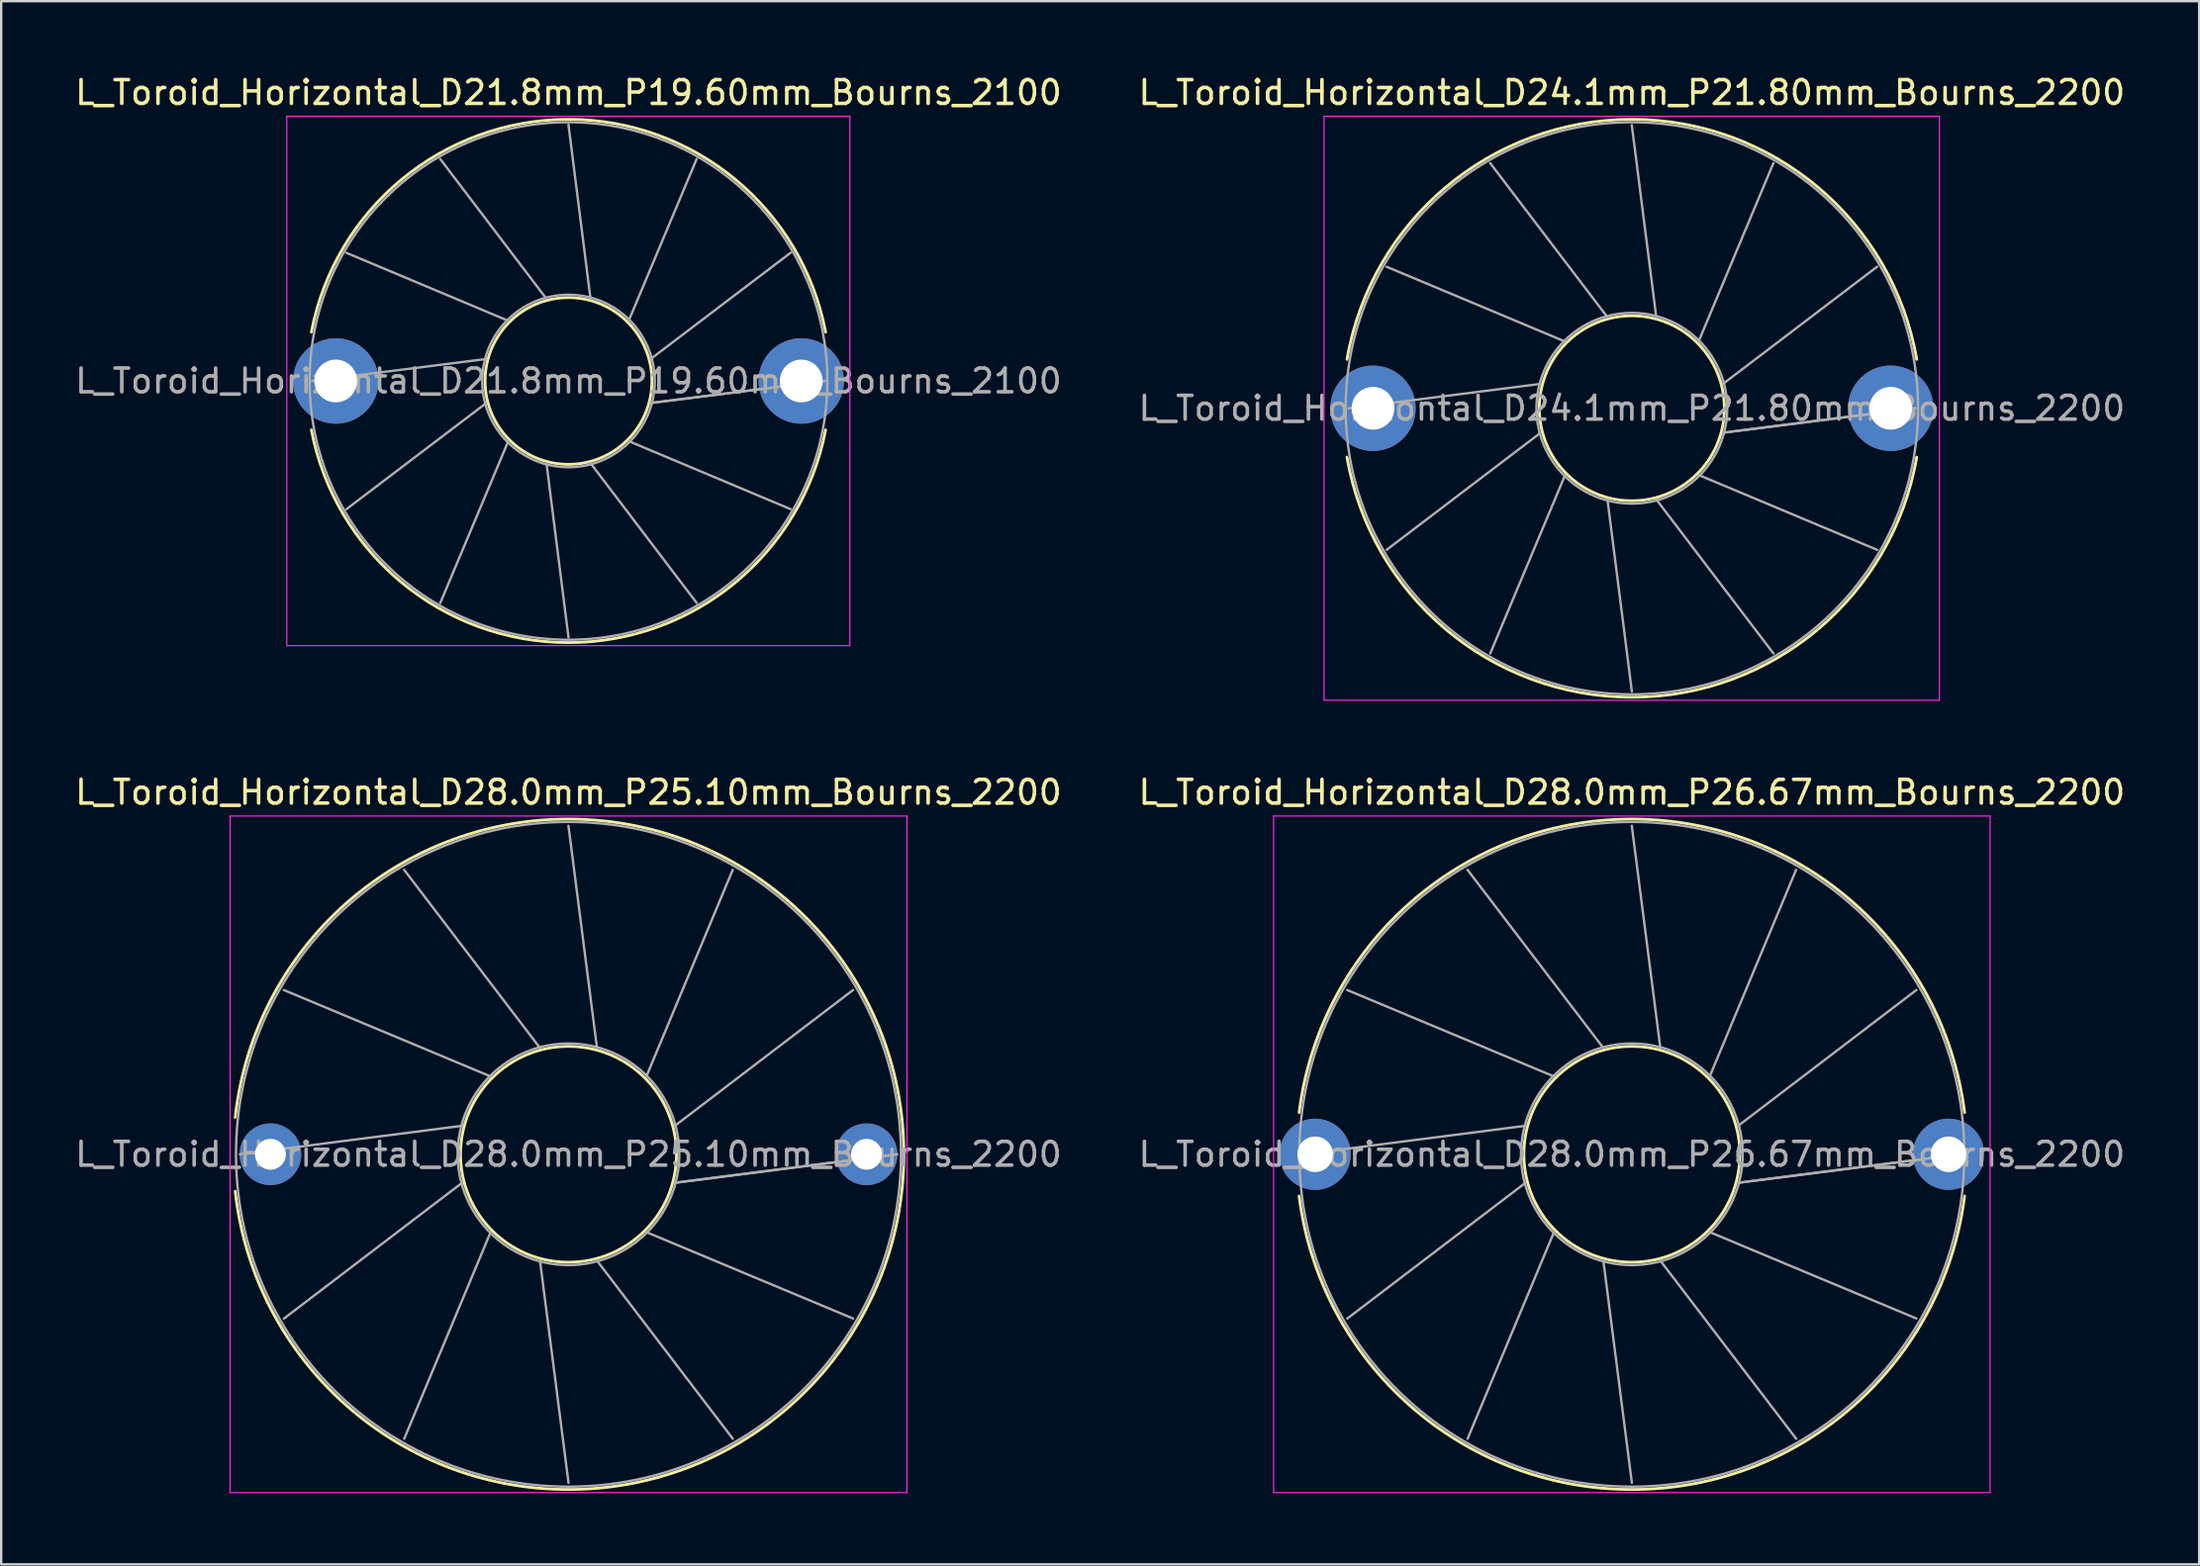
<source format=kicad_pcb>
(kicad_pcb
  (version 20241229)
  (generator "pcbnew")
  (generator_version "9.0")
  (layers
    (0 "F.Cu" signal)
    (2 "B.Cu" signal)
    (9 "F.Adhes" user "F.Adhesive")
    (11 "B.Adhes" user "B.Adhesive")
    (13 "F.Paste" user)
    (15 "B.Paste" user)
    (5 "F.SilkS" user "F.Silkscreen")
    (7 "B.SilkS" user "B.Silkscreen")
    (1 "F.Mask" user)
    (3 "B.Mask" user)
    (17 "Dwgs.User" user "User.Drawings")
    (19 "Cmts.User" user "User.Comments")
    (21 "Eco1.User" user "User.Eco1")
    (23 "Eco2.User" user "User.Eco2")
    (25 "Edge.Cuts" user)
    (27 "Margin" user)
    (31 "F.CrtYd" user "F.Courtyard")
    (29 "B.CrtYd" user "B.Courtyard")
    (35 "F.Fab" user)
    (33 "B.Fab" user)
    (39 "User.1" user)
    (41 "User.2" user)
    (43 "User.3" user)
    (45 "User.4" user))
  (footprint "L_Toroid_Horizontal_D28.0mm_P26.67mm_Bourns_2200"
    (layer "F.Cu")
    (at 52.326 45.572)
    (property "Reference" "L_Toroid_Horizontal_D28.0mm_P26.67mm_Bourns_2200" (at 13.335 -15.25 0) (layer "F.SilkS") (effects (font (size 1 1) (thickness 0.15))))
    (attr through_hole)
    (fp_arc (start -0.674882 -1.76) (mid 13.335 -14.12) (end 27.344882 -1.76) (stroke (width 0.12) (type solid)) (layer "F.SilkS"))
    (fp_arc (start 27.344882 1.76) (mid 13.335 14.12) (end -0.674882 1.76) (stroke (width 0.12) (type solid)) (layer "F.SilkS"))
    (fp_circle (center 13.335 0) (end 17.882 0) (stroke (width 0.12) (type solid)) (fill no) (layer "F.SilkS"))
    (fp_line (start -1.75 -14.25) (end -1.75 14.25) (stroke (width 0.05) (type solid)) (layer "F.CrtYd"))
    (fp_line (start -1.75 14.25) (end 28.42 14.25) (stroke (width 0.05) (type solid)) (layer "F.CrtYd"))
    (fp_line (start 28.42 -14.25) (end -1.75 -14.25) (stroke (width 0.05) (type solid)) (layer "F.CrtYd"))
    (fp_line (start 28.42 14.25) (end 28.42 -14.25) (stroke (width 0.05) (type solid)) (layer "F.CrtYd"))
    (fp_line (start -0.503 0.001) (end 8.855 -1.2) (stroke (width 0.1) (type solid)) (layer "F.Fab"))
    (fp_line (start 1.351 -6.918) (end 10.055 -3.279) (stroke (width 0.1) (type solid)) (layer "F.Fab"))
    (fp_line (start 1.352 6.92) (end 8.856 1.201) (stroke (width 0.1) (type solid)) (layer "F.Fab"))
    (fp_line (start 6.415 -11.983) (end 12.134 -4.479) (stroke (width 0.1) (type solid)) (layer "F.Fab"))
    (fp_line (start 6.417 11.984) (end 10.056 3.28) (stroke (width 0.1) (type solid)) (layer "F.Fab"))
    (fp_line (start 13.333 -13.838) (end 14.535 -4.48) (stroke (width 0.1) (type solid)) (layer "F.Fab"))
    (fp_line (start 13.336 13.838) (end 12.135 4.48) (stroke (width 0.1) (type solid)) (layer "F.Fab"))
    (fp_line (start 20.252 -11.985) (end 16.614 -3.28) (stroke (width 0.1) (type solid)) (layer "F.Fab"))
    (fp_line (start 20.254 11.983) (end 14.535 4.48) (stroke (width 0.1) (type solid)) (layer "F.Fab"))
    (fp_line (start 25.318 -6.921) (end 17.814 -1.201) (stroke (width 0.1) (type solid)) (layer "F.Fab"))
    (fp_line (start 25.319 6.919) (end 16.614 3.279) (stroke (width 0.1) (type solid)) (layer "F.Fab"))
    (fp_line (start 27.173 -0.003) (end 17.815 1.199) (stroke (width 0.1) (type solid)) (layer "F.Fab"))
    (fp_line (start 27.173 0) (end 17.815 1.2) (stroke (width 0.1) (type solid)) (layer "F.Fab"))
    (fp_circle (center 13.335 0) (end 18.002 0) (stroke (width 0.1) (type solid)) (fill no) (layer "F.Fab"))
    (fp_circle (center 13.335 0) (end 27.335 0) (stroke (width 0.1) (type solid)) (fill no) (layer "F.Fab"))
    (fp_text user "${REFERENCE}" (at 13.335 0 0) (layer "F.Fab") (effects (font (size 1 1) (thickness 0.15))))
    (pad "1" thru_hole circle (at 0 0) (size 3 3) (drill 1.5) (layers "*.Cu" "*.Mask"))
    (pad "2" thru_hole circle (at 26.67 0) (size 3 3) (drill 1.5) (layers "*.Cu" "*.Mask")))
  (footprint "L_Toroid_Horizontal_D21.8mm_P19.60mm_Bourns_2100"
    (layer "F.Cu")
    (at 11.087 12.998)
    (property "Reference" "L_Toroid_Horizontal_D21.8mm_P19.60mm_Bourns_2100" (at 9.8 -12.15 0) (layer "F.SilkS") (effects (font (size 1 1) (thickness 0.15))))
    (attr through_hole)
    (fp_arc (start -1.025747 -2.06) (mid 9.8 -11.02) (end 20.625747 -2.06) (stroke (width 0.12) (type solid)) (layer "F.SilkS"))
    (fp_arc (start 20.625747 2.06) (mid 9.8 11.02) (end -1.025747 2.06) (stroke (width 0.12) (type solid)) (layer "F.SilkS"))
    (fp_circle (center 9.8 0) (end 13.313 0) (stroke (width 0.12) (type solid)) (fill no) (layer "F.SilkS"))
    (fp_line (start -2.06 -11.15) (end -2.06 11.15) (stroke (width 0.05) (type solid)) (layer "F.CrtYd"))
    (fp_line (start -2.06 11.15) (end 21.65 11.15) (stroke (width 0.05) (type solid)) (layer "F.CrtYd"))
    (fp_line (start 21.65 -11.15) (end -2.06 -11.15) (stroke (width 0.05) (type solid)) (layer "F.CrtYd"))
    (fp_line (start 21.65 11.15) (end 21.65 -11.15) (stroke (width 0.05) (type solid)) (layer "F.CrtYd"))
    (fp_line (start -1 0.001) (end 6.338 -0.927) (stroke (width 0.1) (type solid)) (layer "F.Fab"))
    (fp_line (start 0.447 -5.399) (end 7.266 -2.534) (stroke (width 0.1) (type solid)) (layer "F.Fab"))
    (fp_line (start 0.448 5.401) (end 6.339 0.928) (stroke (width 0.1) (type solid)) (layer "F.Fab"))
    (fp_line (start 4.399 -9.352) (end 8.872 -3.461) (stroke (width 0.1) (type solid)) (layer "F.Fab"))
    (fp_line (start 4.401 9.353) (end 7.266 2.534) (stroke (width 0.1) (type solid)) (layer "F.Fab"))
    (fp_line (start 9.798 -10.8) (end 10.727 -3.462) (stroke (width 0.1) (type solid)) (layer "F.Fab"))
    (fp_line (start 9.8 10.8) (end 8.873 3.462) (stroke (width 0.1) (type solid)) (layer "F.Fab"))
    (fp_line (start 15.198 -9.354) (end 12.334 -2.534) (stroke (width 0.1) (type solid)) (layer "F.Fab"))
    (fp_line (start 15.2 9.353) (end 10.728 3.461) (stroke (width 0.1) (type solid)) (layer "F.Fab"))
    (fp_line (start 19.152 -5.401) (end 13.261 -0.928) (stroke (width 0.1) (type solid)) (layer "F.Fab"))
    (fp_line (start 19.153 5.4) (end 12.334 2.534) (stroke (width 0.1) (type solid)) (layer "F.Fab"))
    (fp_line (start 20.6 -0.002) (end 13.262 0.927) (stroke (width 0.1) (type solid)) (layer "F.Fab"))
    (fp_line (start 20.6 0) (end 13.261 0.927) (stroke (width 0.1) (type solid)) (layer "F.Fab"))
    (fp_circle (center 9.8 0) (end 13.433 0) (stroke (width 0.1) (type solid)) (fill no) (layer "F.Fab"))
    (fp_circle (center 9.8 0) (end 20.7 0) (stroke (width 0.1) (type solid)) (fill no) (layer "F.Fab"))
    (fp_text user "${REFERENCE}" (at 9.8 0 0) (layer "F.Fab") (effects (font (size 1 1) (thickness 0.15))))
    (pad "1" thru_hole circle (at 0 0) (size 3.6 3.6) (drill 1.8) (layers "*.Cu" "*.Mask"))
    (pad "2" thru_hole circle (at 19.6 0) (size 3.6 3.6) (drill 1.8) (layers "*.Cu" "*.Mask")))
  (footprint "L_Toroid_Horizontal_D24.1mm_P21.80mm_Bourns_2200"
    (layer "F.Cu")
    (at 54.761 14.148)
    (property "Reference" "L_Toroid_Horizontal_D24.1mm_P21.80mm_Bourns_2200" (at 10.9 -13.3 0) (layer "F.SilkS") (effects (font (size 1 1) (thickness 0.15))))
    (attr through_hole)
    (fp_arc (start -1.094386 -2.06) (mid 10.9 -12.17) (end 22.894386 -2.06) (stroke (width 0.12) (type solid)) (layer "F.SilkS"))
    (fp_arc (start 22.894386 2.06) (mid 10.9 12.17) (end -1.094386 2.06) (stroke (width 0.12) (type solid)) (layer "F.SilkS"))
    (fp_circle (center 10.9 0) (end 14.797 0) (stroke (width 0.12) (type solid)) (fill no) (layer "F.SilkS"))
    (fp_line (start -2.06 -12.3) (end -2.06 12.3) (stroke (width 0.05) (type solid)) (layer "F.CrtYd"))
    (fp_line (start -2.06 12.3) (end 23.85 12.3) (stroke (width 0.05) (type solid)) (layer "F.CrtYd"))
    (fp_line (start 23.85 -12.3) (end -2.06 -12.3) (stroke (width 0.05) (type solid)) (layer "F.CrtYd"))
    (fp_line (start 23.85 12.3) (end 23.85 -12.3) (stroke (width 0.05) (type solid)) (layer "F.CrtYd"))
    (fp_line (start -1.027 0.001) (end 7.061 -1.028) (stroke (width 0.1) (type solid)) (layer "F.Fab"))
    (fp_line (start 0.571 -5.962) (end 8.089 -2.81) (stroke (width 0.1) (type solid)) (layer "F.Fab"))
    (fp_line (start 0.572 5.964) (end 7.061 1.029) (stroke (width 0.1) (type solid)) (layer "F.Fab"))
    (fp_line (start 4.935 -10.328) (end 9.871 -3.839) (stroke (width 0.1) (type solid)) (layer "F.Fab"))
    (fp_line (start 4.937 10.329) (end 8.09 2.811) (stroke (width 0.1) (type solid)) (layer "F.Fab"))
    (fp_line (start 10.898 -11.927) (end 11.928 -3.839) (stroke (width 0.1) (type solid)) (layer "F.Fab"))
    (fp_line (start 10.901 11.927) (end 9.872 3.839) (stroke (width 0.1) (type solid)) (layer "F.Fab"))
    (fp_line (start 16.862 -10.33) (end 13.71 -2.811) (stroke (width 0.1) (type solid)) (layer "F.Fab"))
    (fp_line (start 16.864 10.329) (end 11.929 3.839) (stroke (width 0.1) (type solid)) (layer "F.Fab"))
    (fp_line (start 21.228 -5.965) (end 14.739 -1.029) (stroke (width 0.1) (type solid)) (layer "F.Fab"))
    (fp_line (start 21.229 5.963) (end 13.711 2.81) (stroke (width 0.1) (type solid)) (layer "F.Fab"))
    (fp_line (start 22.827 -0.002) (end 14.739 1.028) (stroke (width 0.1) (type solid)) (layer "F.Fab"))
    (fp_line (start 22.827 0) (end 14.739 1.029) (stroke (width 0.1) (type solid)) (layer "F.Fab"))
    (fp_circle (center 10.9 0) (end 14.917 0) (stroke (width 0.1) (type solid)) (fill no) (layer "F.Fab"))
    (fp_circle (center 10.9 0) (end 22.95 0) (stroke (width 0.1) (type solid)) (fill no) (layer "F.Fab"))
    (fp_text user "${REFERENCE}" (at 10.9 0 0) (layer "F.Fab") (effects (font (size 1 1) (thickness 0.15))))
    (pad "1" thru_hole circle (at 0 0) (size 3.6 3.6) (drill 1.8) (layers "*.Cu" "*.Mask"))
    (pad "2" thru_hole circle (at 21.8 0) (size 3.6 3.6) (drill 1.8) (layers "*.Cu" "*.Mask")))
  (footprint "L_Toroid_Horizontal_D28.0mm_P25.10mm_Bourns_2200"
    (layer "F.Cu")
    (at 8.337 45.572)
    (property "Reference" "L_Toroid_Horizontal_D28.0mm_P25.10mm_Bourns_2200" (at 12.55 -15.25 0) (layer "F.SilkS") (effects (font (size 1 1) (thickness 0.15))))
    (attr through_hole)
    (fp_arc (start -1.48356 -1.56) (mid 26.67 0) (end -1.48356 1.56) (stroke (width 0.12) (type solid)) (layer "F.SilkS"))
    (fp_circle (center 12.55 0) (end 17.097 0) (stroke (width 0.12) (type solid)) (fill no) (layer "F.SilkS"))
    (fp_line (start -1.7 -14.25) (end -1.7 14.25) (stroke (width 0.05) (type solid)) (layer "F.CrtYd"))
    (fp_line (start -1.7 14.25) (end 26.8 14.25) (stroke (width 0.05) (type solid)) (layer "F.CrtYd"))
    (fp_line (start 26.8 -14.25) (end -1.7 -14.25) (stroke (width 0.05) (type solid)) (layer "F.CrtYd"))
    (fp_line (start 26.8 14.25) (end 26.8 -14.25) (stroke (width 0.05) (type solid)) (layer "F.CrtYd"))
    (fp_line (start -1.288 0.001) (end 8.07 -1.2) (stroke (width 0.1) (type solid)) (layer "F.Fab"))
    (fp_line (start 0.566 -6.918) (end 9.27 -3.279) (stroke (width 0.1) (type solid)) (layer "F.Fab"))
    (fp_line (start 0.567 6.92) (end 8.071 1.201) (stroke (width 0.1) (type solid)) (layer "F.Fab"))
    (fp_line (start 5.63 -11.983) (end 11.349 -4.479) (stroke (width 0.1) (type solid)) (layer "F.Fab"))
    (fp_line (start 5.632 11.984) (end 9.271 3.28) (stroke (width 0.1) (type solid)) (layer "F.Fab"))
    (fp_line (start 12.548 -13.838) (end 13.75 -4.48) (stroke (width 0.1) (type solid)) (layer "F.Fab"))
    (fp_line (start 12.551 13.838) (end 11.35 4.48) (stroke (width 0.1) (type solid)) (layer "F.Fab"))
    (fp_line (start 19.467 -11.985) (end 15.829 -3.28) (stroke (width 0.1) (type solid)) (layer "F.Fab"))
    (fp_line (start 19.469 11.983) (end 13.75 4.48) (stroke (width 0.1) (type solid)) (layer "F.Fab"))
    (fp_line (start 24.533 -6.921) (end 17.029 -1.201) (stroke (width 0.1) (type solid)) (layer "F.Fab"))
    (fp_line (start 24.534 6.919) (end 15.829 3.279) (stroke (width 0.1) (type solid)) (layer "F.Fab"))
    (fp_line (start 26.388 -0.003) (end 17.03 1.199) (stroke (width 0.1) (type solid)) (layer "F.Fab"))
    (fp_line (start 26.388 0) (end 17.03 1.2) (stroke (width 0.1) (type solid)) (layer "F.Fab"))
    (fp_circle (center 12.55 0) (end 17.217 0) (stroke (width 0.1) (type solid)) (fill no) (layer "F.Fab"))
    (fp_circle (center 12.55 0) (end 26.55 0) (stroke (width 0.1) (type solid)) (fill no) (layer "F.Fab"))
    (fp_text user "${REFERENCE}" (at 12.55 0 0) (layer "F.Fab") (effects (font (size 1 1) (thickness 0.15))))
    (pad "1" thru_hole circle (at 0 0) (size 2.6 2.6) (drill 1.3) (layers "*.Cu" "*.Mask"))
    (pad "2" thru_hole circle (at 25.1 0) (size 2.6 2.6) (drill 1.3) (layers "*.Cu" "*.Mask")))
  (gr_rect
    (start -3 -3)
    (end 89.548 62.846)
    (stroke (width 0.1) (type default))
    (fill no)
    (layer "Edge.Cuts")))
</source>
